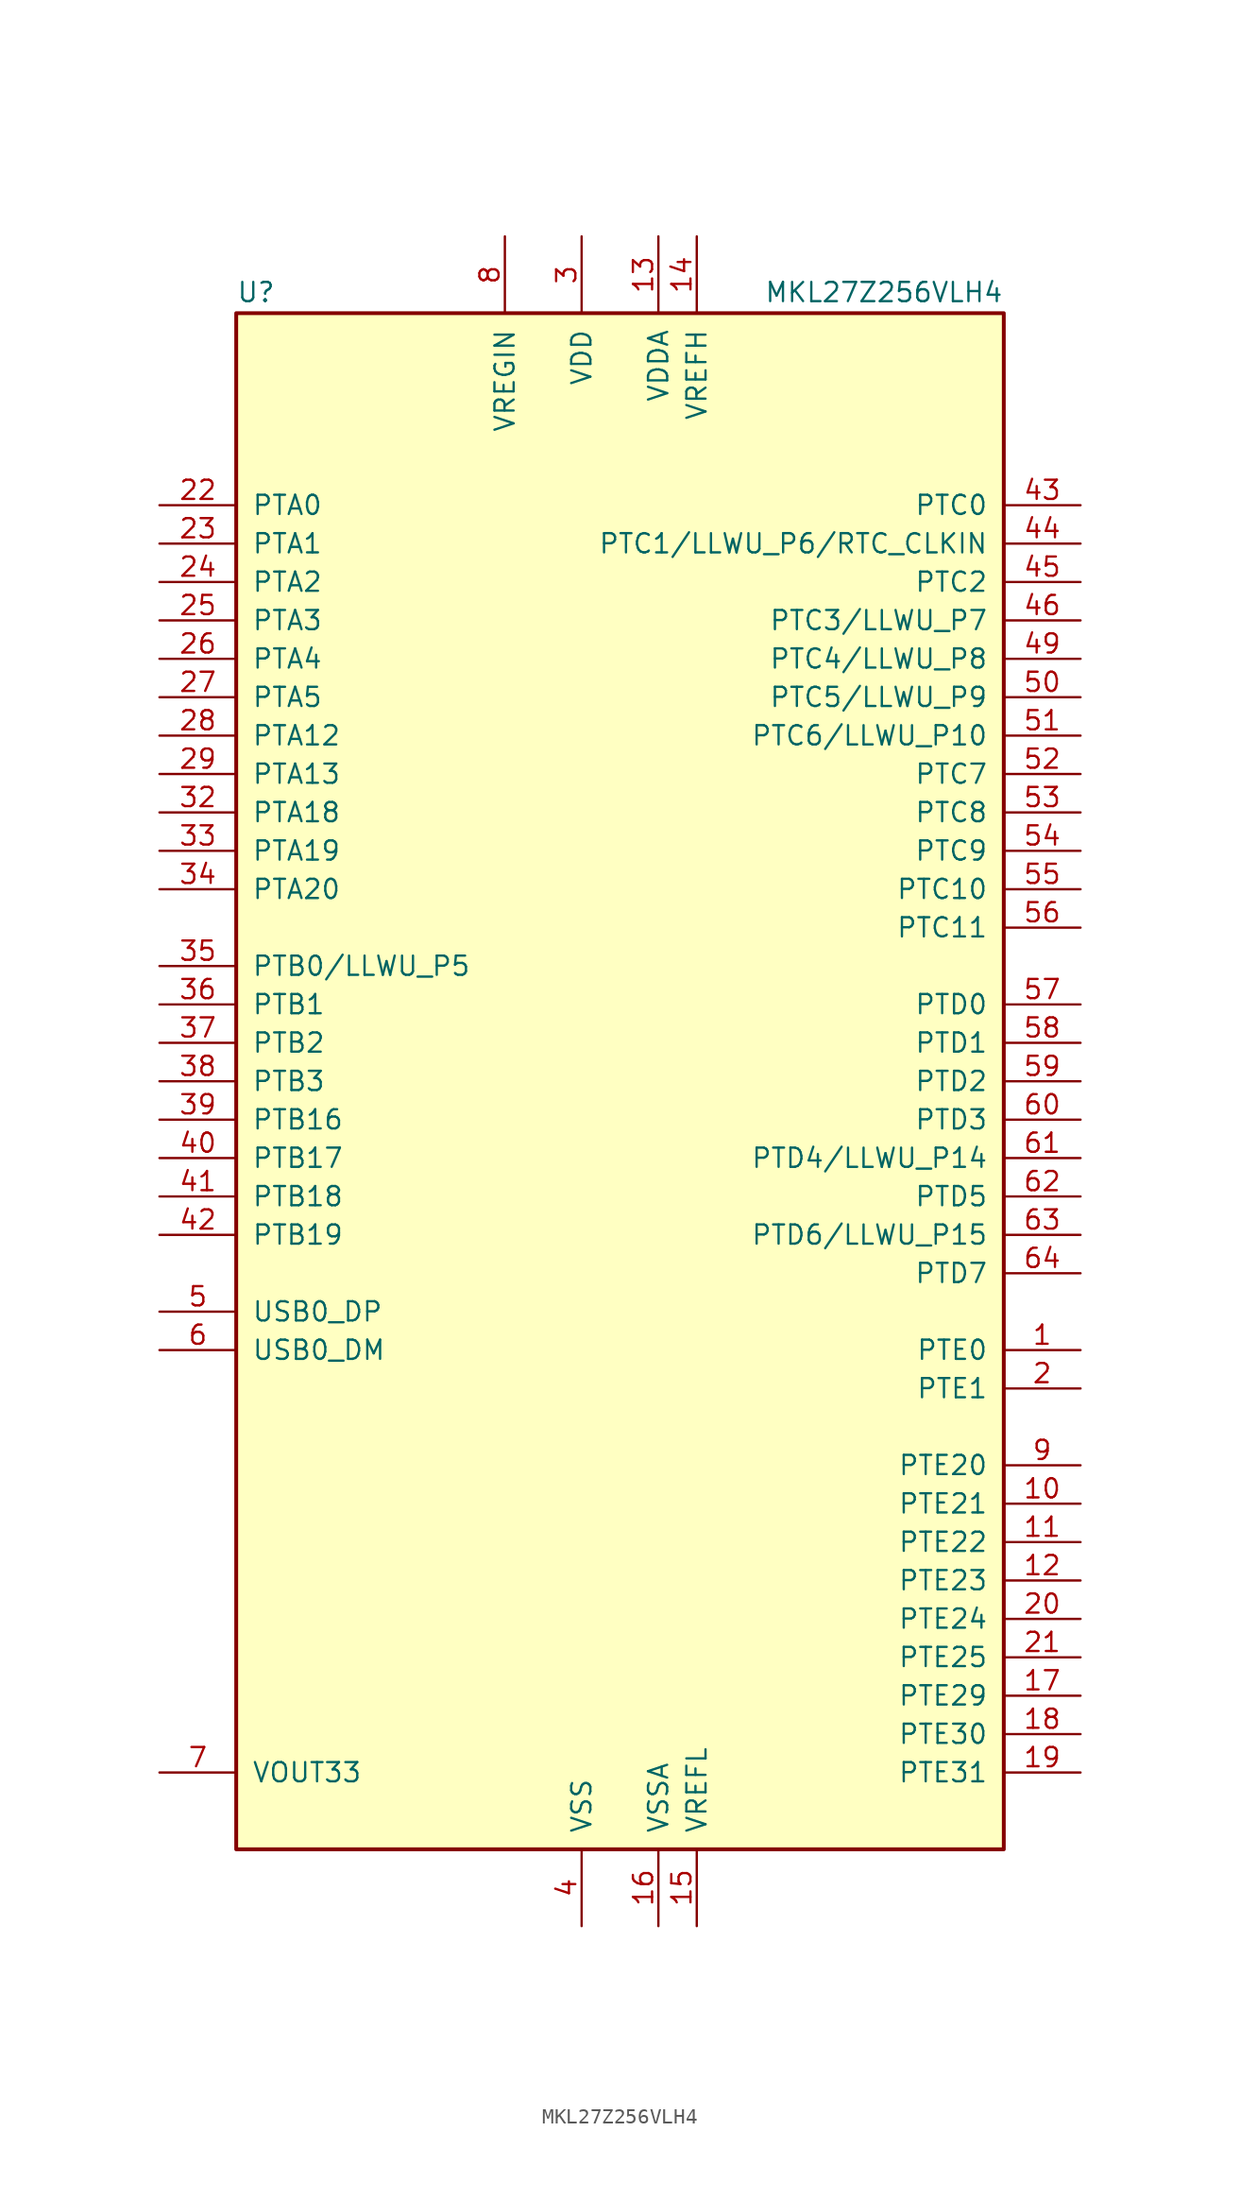
<source format=kicad_sym>
(kicad_symbol_lib
  (version 20231120)
  (generator "kicad_symbol_editor")
  (generator_version "8.0")
  (symbol "MKL27Z256VLH4"
    (pin_names
      (offset 1.016))
    (property "Reference" "U"
      (at -25.4 51.435 0)
      (effects (font (size 1.27 1.27)) (justify left bottom)))
    (property "Value" "MKL27Z256VLH4"
      (at 25.4 51.435 0)
      (effects (font (size 1.27 1.27)) (justify right bottom)))
    (symbol "MKL27Z256VLH4_0_1"
      (rectangle (start -25.4 50.8) (end 25.4 -50.8) (stroke (width 0.254) (type default)) (fill (type background))))
    (symbol "MKL27Z256VLH4_1_1"
      (pin bidirectional line (at 30.48 -17.78 180) (length 5.08) (name "PTE0" (effects (font (size 1.27 1.27)))) (number "1" (effects (font (size 1.27 1.27)))))
      (pin bidirectional line (at 30.48 -27.94 180) (length 5.08) (name "PTE21" (effects (font (size 1.27 1.27)))) (number "10" (effects (font (size 1.27 1.27)))))
      (pin bidirectional line (at 30.48 -30.48 180) (length 5.08) (name "PTE22" (effects (font (size 1.27 1.27)))) (number "11" (effects (font (size 1.27 1.27)))))
      (pin bidirectional line (at 30.48 -33.02 180) (length 5.08) (name "PTE23" (effects (font (size 1.27 1.27)))) (number "12" (effects (font (size 1.27 1.27)))))
      (pin power_in line (at 2.54 55.88 270) (length 5.08) (name "VDDA" (effects (font (size 1.27 1.27)))) (number "13" (effects (font (size 1.27 1.27)))))
      (pin power_in line (at 5.08 55.88 270) (length 5.08) (name "VREFH" (effects (font (size 1.27 1.27)))) (number "14" (effects (font (size 1.27 1.27)))))
      (pin power_in line (at 5.08 -55.88 90) (length 5.08) (name "VREFL" (effects (font (size 1.27 1.27)))) (number "15" (effects (font (size 1.27 1.27)))))
      (pin power_in line (at 2.54 -55.88 90) (length 5.08) (name "VSSA" (effects (font (size 1.27 1.27)))) (number "16" (effects (font (size 1.27 1.27)))))
      (pin bidirectional line (at 30.48 -40.64 180) (length 5.08) (name "PTE29" (effects (font (size 1.27 1.27)))) (number "17" (effects (font (size 1.27 1.27)))))
      (pin bidirectional line (at 30.48 -43.18 180) (length 5.08) (name "PTE30" (effects (font (size 1.27 1.27)))) (number "18" (effects (font (size 1.27 1.27)))))
      (pin bidirectional line (at 30.48 -45.72 180) (length 5.08) (name "PTE31" (effects (font (size 1.27 1.27)))) (number "19" (effects (font (size 1.27 1.27)))))
      (pin bidirectional line (at 30.48 -20.32 180) (length 5.08) (name "PTE1" (effects (font (size 1.27 1.27)))) (number "2" (effects (font (size 1.27 1.27)))))
      (pin bidirectional line (at 30.48 -35.56 180) (length 5.08) (name "PTE24" (effects (font (size 1.27 1.27)))) (number "20" (effects (font (size 1.27 1.27)))))
      (pin bidirectional line (at 30.48 -38.1 180) (length 5.08) (name "PTE25" (effects (font (size 1.27 1.27)))) (number "21" (effects (font (size 1.27 1.27)))))
      (pin bidirectional line (at -30.48 38.1 0) (length 5.08) (name "PTA0" (effects (font (size 1.27 1.27)))) (number "22" (effects (font (size 1.27 1.27)))))
      (pin bidirectional line (at -30.48 35.56 0) (length 5.08) (name "PTA1" (effects (font (size 1.27 1.27)))) (number "23" (effects (font (size 1.27 1.27)))))
      (pin bidirectional line (at -30.48 33.02 0) (length 5.08) (name "PTA2" (effects (font (size 1.27 1.27)))) (number "24" (effects (font (size 1.27 1.27)))))
      (pin bidirectional line (at -30.48 30.48 0) (length 5.08) (name "PTA3" (effects (font (size 1.27 1.27)))) (number "25" (effects (font (size 1.27 1.27)))))
      (pin bidirectional line (at -30.48 27.94 0) (length 5.08) (name "PTA4" (effects (font (size 1.27 1.27)))) (number "26" (effects (font (size 1.27 1.27)))))
      (pin bidirectional line (at -30.48 25.4 0) (length 5.08) (name "PTA5" (effects (font (size 1.27 1.27)))) (number "27" (effects (font (size 1.27 1.27)))))
      (pin bidirectional line (at -30.48 22.86 0) (length 5.08) (name "PTA12" (effects (font (size 1.27 1.27)))) (number "28" (effects (font (size 1.27 1.27)))))
      (pin bidirectional line (at -30.48 20.32 0) (length 5.08) (name "PTA13" (effects (font (size 1.27 1.27)))) (number "29" (effects (font (size 1.27 1.27)))))
      (pin power_in line (at -2.54 55.88 270) (length 5.08) (name "VDD" (effects (font (size 1.27 1.27)))) (number "3" (effects (font (size 1.27 1.27)))))
      (pin passive line (at -2.54 55.88 270) (length 5.08) hide (name "VDD" (effects (font (size 1.27 1.27)))) (number "30" (effects (font (size 1.27 1.27)))))
      (pin passive line (at -2.54 -55.88 90) (length 5.08) hide (name "VSS" (effects (font (size 1.27 1.27)))) (number "31" (effects (font (size 1.27 1.27)))))
      (pin bidirectional line (at -30.48 17.78 0) (length 5.08) (name "PTA18" (effects (font (size 1.27 1.27)))) (number "32" (effects (font (size 1.27 1.27)))))
      (pin bidirectional line (at -30.48 15.24 0) (length 5.08) (name "PTA19" (effects (font (size 1.27 1.27)))) (number "33" (effects (font (size 1.27 1.27)))))
      (pin bidirectional line (at -30.48 12.7 0) (length 5.08) (name "PTA20" (effects (font (size 1.27 1.27)))) (number "34" (effects (font (size 1.27 1.27)))))
      (pin bidirectional line (at -30.48 7.62 0) (length 5.08) (name "PTB0/LLWU_P5" (effects (font (size 1.27 1.27)))) (number "35" (effects (font (size 1.27 1.27)))))
      (pin bidirectional line (at -30.48 5.08 0) (length 5.08) (name "PTB1" (effects (font (size 1.27 1.27)))) (number "36" (effects (font (size 1.27 1.27)))))
      (pin bidirectional line (at -30.48 2.54 0) (length 5.08) (name "PTB2" (effects (font (size 1.27 1.27)))) (number "37" (effects (font (size 1.27 1.27)))))
      (pin bidirectional line (at -30.48 0 0) (length 5.08) (name "PTB3" (effects (font (size 1.27 1.27)))) (number "38" (effects (font (size 1.27 1.27)))))
      (pin bidirectional line (at -30.48 -2.54 0) (length 5.08) (name "PTB16" (effects (font (size 1.27 1.27)))) (number "39" (effects (font (size 1.27 1.27)))))
      (pin power_in line (at -2.54 -55.88 90) (length 5.08) (name "VSS" (effects (font (size 1.27 1.27)))) (number "4" (effects (font (size 1.27 1.27)))))
      (pin bidirectional line (at -30.48 -5.08 0) (length 5.08) (name "PTB17" (effects (font (size 1.27 1.27)))) (number "40" (effects (font (size 1.27 1.27)))))
      (pin bidirectional line (at -30.48 -7.62 0) (length 5.08) (name "PTB18" (effects (font (size 1.27 1.27)))) (number "41" (effects (font (size 1.27 1.27)))))
      (pin bidirectional line (at -30.48 -10.16 0) (length 5.08) (name "PTB19" (effects (font (size 1.27 1.27)))) (number "42" (effects (font (size 1.27 1.27)))))
      (pin bidirectional line (at 30.48 38.1 180) (length 5.08) (name "PTC0" (effects (font (size 1.27 1.27)))) (number "43" (effects (font (size 1.27 1.27)))))
      (pin bidirectional line (at 30.48 35.56 180) (length 5.08) (name "PTC1/LLWU_P6/RTC_CLKIN" (effects (font (size 1.27 1.27)))) (number "44" (effects (font (size 1.27 1.27)))))
      (pin bidirectional line (at 30.48 33.02 180) (length 5.08) (name "PTC2" (effects (font (size 1.27 1.27)))) (number "45" (effects (font (size 1.27 1.27)))))
      (pin bidirectional line (at 30.48 30.48 180) (length 5.08) (name "PTC3/LLWU_P7" (effects (font (size 1.27 1.27)))) (number "46" (effects (font (size 1.27 1.27)))))
      (pin passive line (at -2.54 -55.88 90) (length 5.08) hide (name "VSS" (effects (font (size 1.27 1.27)))) (number "47" (effects (font (size 1.27 1.27)))))
      (pin passive line (at -2.54 55.88 270) (length 5.08) hide (name "VDD" (effects (font (size 1.27 1.27)))) (number "48" (effects (font (size 1.27 1.27)))))
      (pin bidirectional line (at 30.48 27.94 180) (length 5.08) (name "PTC4/LLWU_P8" (effects (font (size 1.27 1.27)))) (number "49" (effects (font (size 1.27 1.27)))))
      (pin bidirectional line (at -30.48 -15.24 0) (length 5.08) (name "USB0_DP" (effects (font (size 1.27 1.27)))) (number "5" (effects (font (size 1.27 1.27)))))
      (pin bidirectional line (at 30.48 25.4 180) (length 5.08) (name "PTC5/LLWU_P9" (effects (font (size 1.27 1.27)))) (number "50" (effects (font (size 1.27 1.27)))))
      (pin bidirectional line (at 30.48 22.86 180) (length 5.08) (name "PTC6/LLWU_P10" (effects (font (size 1.27 1.27)))) (number "51" (effects (font (size 1.27 1.27)))))
      (pin bidirectional line (at 30.48 20.32 180) (length 5.08) (name "PTC7" (effects (font (size 1.27 1.27)))) (number "52" (effects (font (size 1.27 1.27)))))
      (pin bidirectional line (at 30.48 17.78 180) (length 5.08) (name "PTC8" (effects (font (size 1.27 1.27)))) (number "53" (effects (font (size 1.27 1.27)))))
      (pin bidirectional line (at 30.48 15.24 180) (length 5.08) (name "PTC9" (effects (font (size 1.27 1.27)))) (number "54" (effects (font (size 1.27 1.27)))))
      (pin bidirectional line (at 30.48 12.7 180) (length 5.08) (name "PTC10" (effects (font (size 1.27 1.27)))) (number "55" (effects (font (size 1.27 1.27)))))
      (pin bidirectional line (at 30.48 10.16 180) (length 5.08) (name "PTC11" (effects (font (size 1.27 1.27)))) (number "56" (effects (font (size 1.27 1.27)))))
      (pin bidirectional line (at 30.48 5.08 180) (length 5.08) (name "PTD0" (effects (font (size 1.27 1.27)))) (number "57" (effects (font (size 1.27 1.27)))))
      (pin bidirectional line (at 30.48 2.54 180) (length 5.08) (name "PTD1" (effects (font (size 1.27 1.27)))) (number "58" (effects (font (size 1.27 1.27)))))
      (pin bidirectional line (at 30.48 0 180) (length 5.08) (name "PTD2" (effects (font (size 1.27 1.27)))) (number "59" (effects (font (size 1.27 1.27)))))
      (pin bidirectional line (at -30.48 -17.78 0) (length 5.08) (name "USB0_DM" (effects (font (size 1.27 1.27)))) (number "6" (effects (font (size 1.27 1.27)))))
      (pin bidirectional line (at 30.48 -2.54 180) (length 5.08) (name "PTD3" (effects (font (size 1.27 1.27)))) (number "60" (effects (font (size 1.27 1.27)))))
      (pin bidirectional line (at 30.48 -5.08 180) (length 5.08) (name "PTD4/LLWU_P14" (effects (font (size 1.27 1.27)))) (number "61" (effects (font (size 1.27 1.27)))))
      (pin bidirectional line (at 30.48 -7.62 180) (length 5.08) (name "PTD5" (effects (font (size 1.27 1.27)))) (number "62" (effects (font (size 1.27 1.27)))))
      (pin bidirectional line (at 30.48 -10.16 180) (length 5.08) (name "PTD6/LLWU_P15" (effects (font (size 1.27 1.27)))) (number "63" (effects (font (size 1.27 1.27)))))
      (pin bidirectional line (at 30.48 -12.7 180) (length 5.08) (name "PTD7" (effects (font (size 1.27 1.27)))) (number "64" (effects (font (size 1.27 1.27)))))
      (pin power_out line (at -30.48 -45.72 0) (length 5.08) (name "VOUT33" (effects (font (size 1.27 1.27)))) (number "7" (effects (font (size 1.27 1.27)))))
      (pin power_in line (at -7.62 55.88 270) (length 5.08) (name "VREGIN" (effects (font (size 1.27 1.27)))) (number "8" (effects (font (size 1.27 1.27)))))
      (pin bidirectional line (at 30.48 -25.4 180) (length 5.08) (name "PTE20" (effects (font (size 1.27 1.27)))) (number "9" (effects (font (size 1.27 1.27))))))))
</source>
